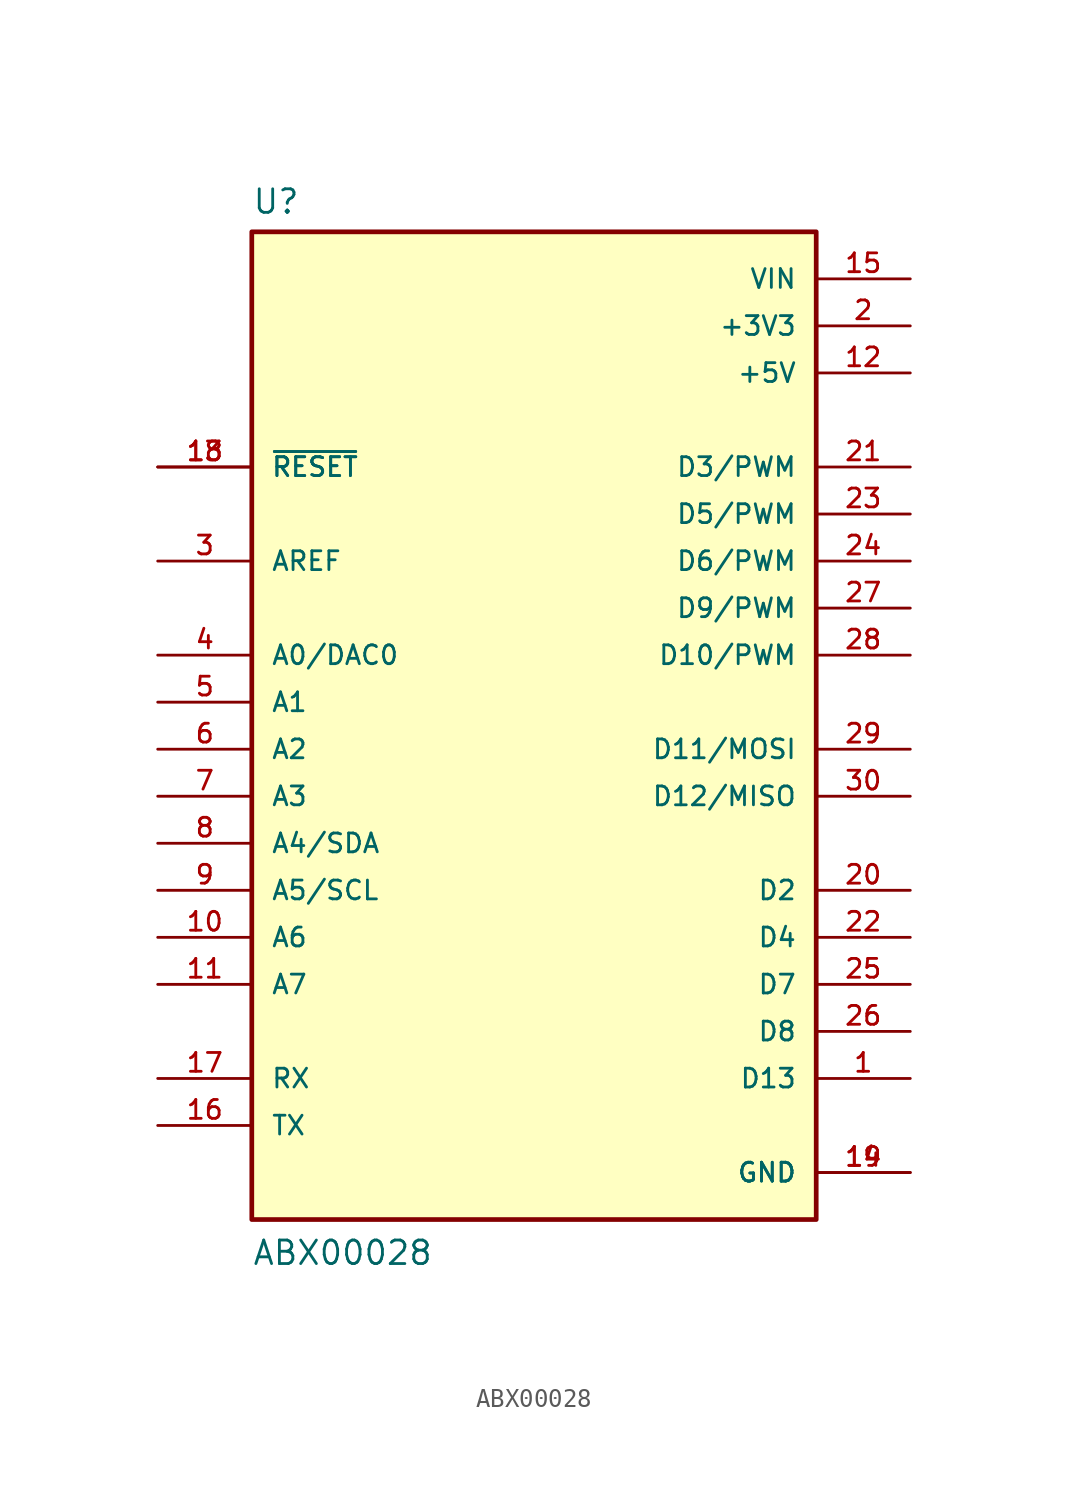
<source format=kicad_sym>
(kicad_symbol_lib
  (version 20211014)
  (generator kicad_symbol_editor)
  (symbol "ABX00028"
    (pin_names
      (offset 1.016))
    (property "Reference" "U"
      (at -15.24 26.289 0)
      (effects (font (size 1.27 1.27)) (justify bottom left)))
    (property "Value" "ABX00028"
      (at -15.24 -30.48 0)
      (effects (font (size 1.27 1.27)) (justify bottom left)))
    (symbol "ABX00028_0_0"
      (rectangle (start -15.24 -27.94) (end 15.24 25.4) (stroke (width 0.254)) (fill (type background)))
      (pin bidirectional line (at 20.32 -20.32 180.0) (length 5.08) (name "D13" (effects (font (size 1.016 1.016)))) (number "1" (effects (font (size 1.016 1.016)))))
      (pin power_in line (at 20.32 20.32 180.0) (length 5.08) (name "+3V3" (effects (font (size 1.016 1.016)))) (number "2" (effects (font (size 1.016 1.016)))))
      (pin bidirectional line (at -20.32 7.62 0) (length 5.08) (name "AREF" (effects (font (size 1.016 1.016)))) (number "3" (effects (font (size 1.016 1.016)))))
      (pin bidirectional line (at -20.32 2.54 0) (length 5.08) (name "A0/DAC0" (effects (font (size 1.016 1.016)))) (number "4" (effects (font (size 1.016 1.016)))))
      (pin power_in line (at 20.32 17.78 180.0) (length 5.08) (name "+5V" (effects (font (size 1.016 1.016)))) (number "12" (effects (font (size 1.016 1.016)))))
      (pin input line (at -20.32 12.7 0) (length 5.08) (name "~{RESET}" (effects (font (size 1.016 1.016)))) (number "13" (effects (font (size 1.016 1.016)))))
      (pin input line (at -20.32 12.7 0) (length 5.08) (name "~{RESET}" (effects (font (size 1.016 1.016)))) (number "18" (effects (font (size 1.016 1.016)))))
      (pin power_in line (at 20.32 -25.4 180.0) (length 5.08) (name "GND" (effects (font (size 1.016 1.016)))) (number "14" (effects (font (size 1.016 1.016)))))
      (pin power_in line (at 20.32 -25.4 180.0) (length 5.08) (name "GND" (effects (font (size 1.016 1.016)))) (number "19" (effects (font (size 1.016 1.016)))))
      (pin power_in line (at 20.32 22.86 180.0) (length 5.08) (name "VIN" (effects (font (size 1.016 1.016)))) (number "15" (effects (font (size 1.016 1.016)))))
      (pin bidirectional line (at -20.32 0.0 0) (length 5.08) (name "A1" (effects (font (size 1.016 1.016)))) (number "5" (effects (font (size 1.016 1.016)))))
      (pin bidirectional line (at -20.32 -2.54 0) (length 5.08) (name "A2" (effects (font (size 1.016 1.016)))) (number "6" (effects (font (size 1.016 1.016)))))
      (pin bidirectional line (at -20.32 -5.08 0) (length 5.08) (name "A3" (effects (font (size 1.016 1.016)))) (number "7" (effects (font (size 1.016 1.016)))))
      (pin bidirectional line (at -20.32 -7.62 0) (length 5.08) (name "A4/SDA" (effects (font (size 1.016 1.016)))) (number "8" (effects (font (size 1.016 1.016)))))
      (pin bidirectional line (at -20.32 -10.16 0) (length 5.08) (name "A5/SCL" (effects (font (size 1.016 1.016)))) (number "9" (effects (font (size 1.016 1.016)))))
      (pin bidirectional line (at -20.32 -12.7 0) (length 5.08) (name "A6" (effects (font (size 1.016 1.016)))) (number "10" (effects (font (size 1.016 1.016)))))
      (pin bidirectional line (at -20.32 -15.24 0) (length 5.08) (name "A7" (effects (font (size 1.016 1.016)))) (number "11" (effects (font (size 1.016 1.016)))))
      (pin bidirectional line (at -20.32 -22.86 0) (length 5.08) (name "TX" (effects (font (size 1.016 1.016)))) (number "16" (effects (font (size 1.016 1.016)))))
      (pin bidirectional line (at -20.32 -20.32 0) (length 5.08) (name "RX" (effects (font (size 1.016 1.016)))) (number "17" (effects (font (size 1.016 1.016)))))
      (pin bidirectional line (at 20.32 -10.16 180.0) (length 5.08) (name "D2" (effects (font (size 1.016 1.016)))) (number "20" (effects (font (size 1.016 1.016)))))
      (pin bidirectional line (at 20.32 12.7 180.0) (length 5.08) (name "D3/PWM" (effects (font (size 1.016 1.016)))) (number "21" (effects (font (size 1.016 1.016)))))
      (pin bidirectional line (at 20.32 -12.7 180.0) (length 5.08) (name "D4" (effects (font (size 1.016 1.016)))) (number "22" (effects (font (size 1.016 1.016)))))
      (pin bidirectional line (at 20.32 10.16 180.0) (length 5.08) (name "D5/PWM" (effects (font (size 1.016 1.016)))) (number "23" (effects (font (size 1.016 1.016)))))
      (pin bidirectional line (at 20.32 7.62 180.0) (length 5.08) (name "D6/PWM" (effects (font (size 1.016 1.016)))) (number "24" (effects (font (size 1.016 1.016)))))
      (pin bidirectional line (at 20.32 -17.78 180.0) (length 5.08) (name "D8" (effects (font (size 1.016 1.016)))) (number "26" (effects (font (size 1.016 1.016)))))
      (pin bidirectional line (at 20.32 -15.24 180.0) (length 5.08) (name "D7" (effects (font (size 1.016 1.016)))) (number "25" (effects (font (size 1.016 1.016)))))
      (pin bidirectional line (at 20.32 5.08 180.0) (length 5.08) (name "D9/PWM" (effects (font (size 1.016 1.016)))) (number "27" (effects (font (size 1.016 1.016)))))
      (pin bidirectional line (at 20.32 2.54 180.0) (length 5.08) (name "D10/PWM" (effects (font (size 1.016 1.016)))) (number "28" (effects (font (size 1.016 1.016)))))
      (pin bidirectional line (at 20.32 -2.54 180.0) (length 5.08) (name "D11/MOSI" (effects (font (size 1.016 1.016)))) (number "29" (effects (font (size 1.016 1.016)))))
      (pin bidirectional line (at 20.32 -5.08 180.0) (length 5.08) (name "D12/MISO" (effects (font (size 1.016 1.016)))) (number "30" (effects (font (size 1.016 1.016))))))))
</source>
